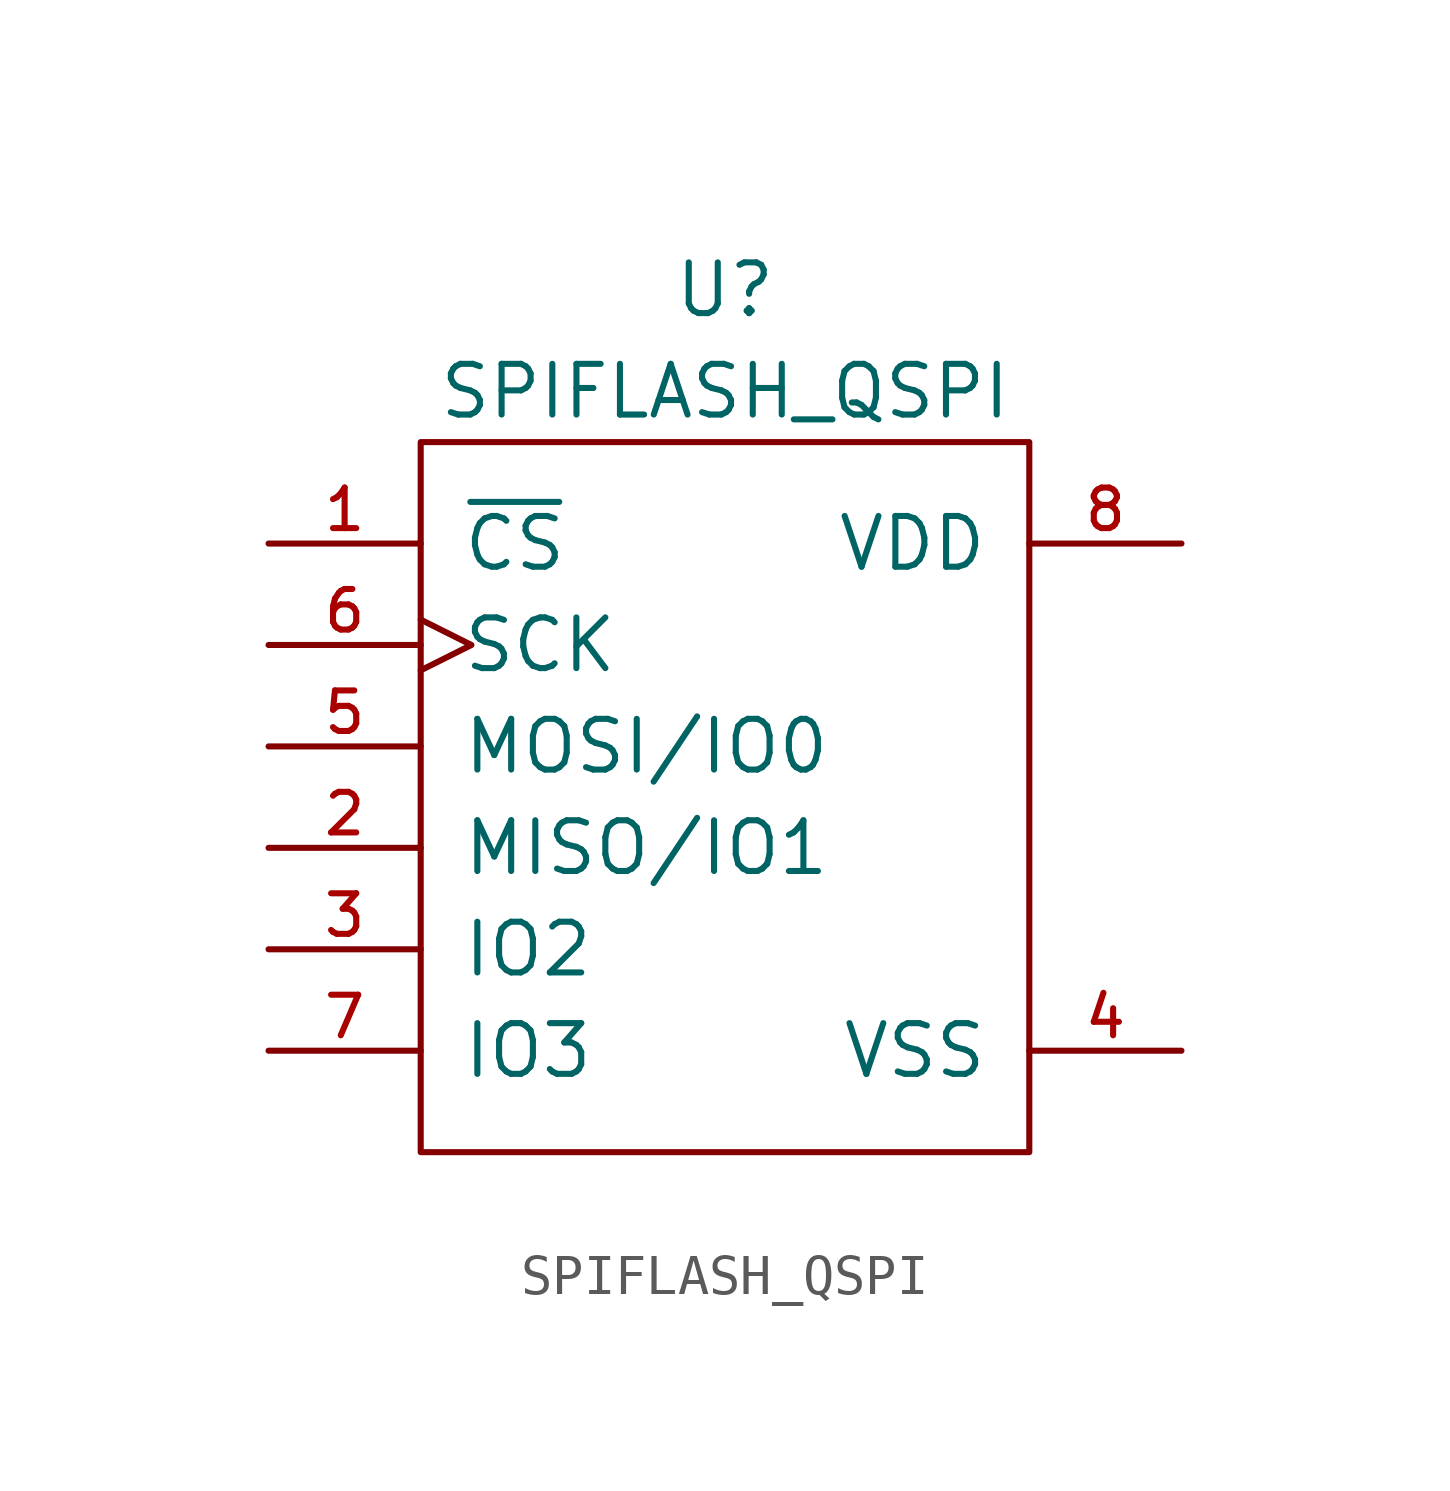
<source format=kicad_sym>
(kicad_symbol_lib
  (version 20211014)
  (generator kicad_symbol_editor)
  (symbol "SPIFLASH_QSPI"
    (pin_names
      (offset 1.016))
    (property "Reference" "U"
      (at 0 12.7 0)
      (effects (font (size 1.27 1.27))))
    (property "Value" "SPIFLASH_QSPI"
      (at 0 10.16 0)
      (effects (font (size 1.27 1.27))))
    (symbol "SPIFLASH_QSPI_0_1"
      (rectangle (start -7.62 8.89) (end 7.62 -8.89) (stroke (width 0) (type default) (color 0 0 0 0)) (fill (type none))))
    (symbol "SPIFLASH_QSPI_1_1"
      (pin input line (at -11.43 6.35 0) (length 3.81) (name "~{CS}" (effects (font (size 1.27 1.27)))) (number "1" (effects (font (size 1.016 1.016)))))
      (pin tri_state line (at -11.43 -1.27 0) (length 3.81) (name "MISO/IO1" (effects (font (size 1.27 1.27)))) (number "2" (effects (font (size 1.016 1.016)))))
      (pin tri_state line (at -11.43 -3.81 0) (length 3.81) (name "IO2" (effects (font (size 1.27 1.27)))) (number "3" (effects (font (size 1.016 1.016)))))
      (pin power_in line (at 11.43 -6.35 180) (length 3.81) (name "VSS" (effects (font (size 1.27 1.27)))) (number "4" (effects (font (size 1.016 1.016)))))
      (pin tri_state line (at -11.43 1.27 0) (length 3.81) (name "MOSI/IO0" (effects (font (size 1.27 1.27)))) (number "5" (effects (font (size 1.016 1.016)))))
      (pin input clock (at -11.43 3.81 0) (length 3.81) (name "SCK" (effects (font (size 1.27 1.27)))) (number "6" (effects (font (size 1.016 1.016)))))
      (pin tri_state line (at -11.43 -6.35 0) (length 3.81) (name "IO3" (effects (font (size 1.27 1.27)))) (number "7" (effects (font (size 1.016 1.016)))))
      (pin power_in line (at 11.43 6.35 180) (length 3.81) (name "VDD" (effects (font (size 1.27 1.27)))) (number "8" (effects (font (size 1.016 1.016))))))))
</source>
